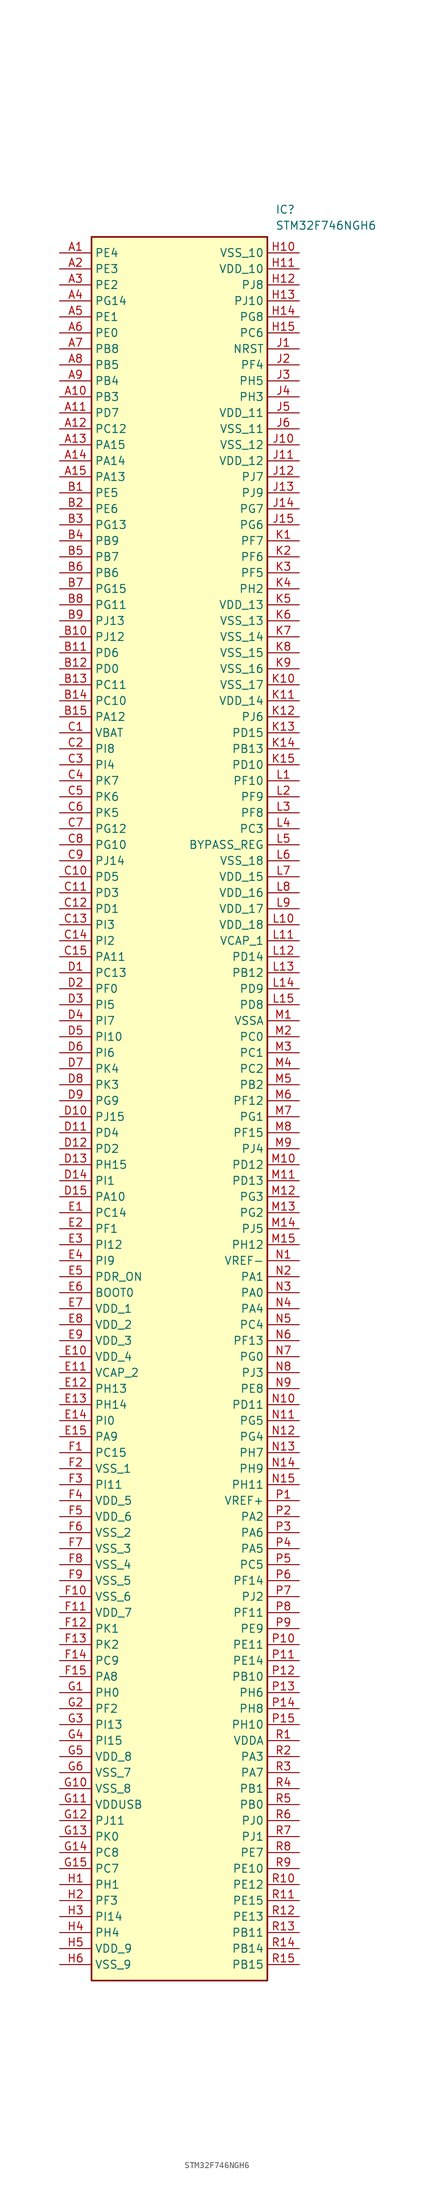
<source format=kicad_sym>
(kicad_symbol_lib
  (version 20241209)
  (generator "kicad_symbol_editor")
  (generator_version "9.0")
  (symbol "STM32F746NGH6"
    (property "Reference" "IC"
      (at 12.7 146.05 0)
      (effects (font (size 1.27 1.27)) (justify left top)))
    (property "Value" "STM32F746NGH6"
      (at 12.7 143.51 0)
      (effects (font (size 1.27 1.27)) (justify left top)))
    (symbol "STM32F746NGH6_1_1"
      (rectangle (start -16.51 140.97) (end 11.43 -135.89) (stroke (width 0.254) (type default)) (fill (type background)))
      (pin passive line (at -21.59 138.43 0) (length 5.08) (name "PE4" (effects (font (size 1.27 1.27)))) (number "A1" (effects (font (size 1.27 1.27)))))
      (pin passive line (at -21.59 135.89 0) (length 5.08) (name "PE3" (effects (font (size 1.27 1.27)))) (number "A2" (effects (font (size 1.27 1.27)))))
      (pin passive line (at -21.59 133.35 0) (length 5.08) (name "PE2" (effects (font (size 1.27 1.27)))) (number "A3" (effects (font (size 1.27 1.27)))))
      (pin passive line (at -21.59 130.81 0) (length 5.08) (name "PG14" (effects (font (size 1.27 1.27)))) (number "A4" (effects (font (size 1.27 1.27)))))
      (pin passive line (at -21.59 128.27 0) (length 5.08) (name "PE1" (effects (font (size 1.27 1.27)))) (number "A5" (effects (font (size 1.27 1.27)))))
      (pin passive line (at -21.59 125.73 0) (length 5.08) (name "PE0" (effects (font (size 1.27 1.27)))) (number "A6" (effects (font (size 1.27 1.27)))))
      (pin passive line (at -21.59 123.19 0) (length 5.08) (name "PB8" (effects (font (size 1.27 1.27)))) (number "A7" (effects (font (size 1.27 1.27)))))
      (pin passive line (at -21.59 120.65 0) (length 5.08) (name "PB5" (effects (font (size 1.27 1.27)))) (number "A8" (effects (font (size 1.27 1.27)))))
      (pin passive line (at -21.59 118.11 0) (length 5.08) (name "PB4" (effects (font (size 1.27 1.27)))) (number "A9" (effects (font (size 1.27 1.27)))))
      (pin passive line (at -21.59 115.57 0) (length 5.08) (name "PB3" (effects (font (size 1.27 1.27)))) (number "A10" (effects (font (size 1.27 1.27)))))
      (pin passive line (at -21.59 113.03 0) (length 5.08) (name "PD7" (effects (font (size 1.27 1.27)))) (number "A11" (effects (font (size 1.27 1.27)))))
      (pin passive line (at -21.59 110.49 0) (length 5.08) (name "PC12" (effects (font (size 1.27 1.27)))) (number "A12" (effects (font (size 1.27 1.27)))))
      (pin passive line (at -21.59 107.95 0) (length 5.08) (name "PA15" (effects (font (size 1.27 1.27)))) (number "A13" (effects (font (size 1.27 1.27)))))
      (pin passive line (at -21.59 105.41 0) (length 5.08) (name "PA14" (effects (font (size 1.27 1.27)))) (number "A14" (effects (font (size 1.27 1.27)))))
      (pin passive line (at -21.59 102.87 0) (length 5.08) (name "PA13" (effects (font (size 1.27 1.27)))) (number "A15" (effects (font (size 1.27 1.27)))))
      (pin passive line (at -21.59 100.33 0) (length 5.08) (name "PE5" (effects (font (size 1.27 1.27)))) (number "B1" (effects (font (size 1.27 1.27)))))
      (pin passive line (at -21.59 97.79 0) (length 5.08) (name "PE6" (effects (font (size 1.27 1.27)))) (number "B2" (effects (font (size 1.27 1.27)))))
      (pin passive line (at -21.59 95.25 0) (length 5.08) (name "PG13" (effects (font (size 1.27 1.27)))) (number "B3" (effects (font (size 1.27 1.27)))))
      (pin passive line (at -21.59 92.71 0) (length 5.08) (name "PB9" (effects (font (size 1.27 1.27)))) (number "B4" (effects (font (size 1.27 1.27)))))
      (pin passive line (at -21.59 90.17 0) (length 5.08) (name "PB7" (effects (font (size 1.27 1.27)))) (number "B5" (effects (font (size 1.27 1.27)))))
      (pin passive line (at -21.59 87.63 0) (length 5.08) (name "PB6" (effects (font (size 1.27 1.27)))) (number "B6" (effects (font (size 1.27 1.27)))))
      (pin passive line (at -21.59 85.09 0) (length 5.08) (name "PG15" (effects (font (size 1.27 1.27)))) (number "B7" (effects (font (size 1.27 1.27)))))
      (pin passive line (at -21.59 82.55 0) (length 5.08) (name "PG11" (effects (font (size 1.27 1.27)))) (number "B8" (effects (font (size 1.27 1.27)))))
      (pin passive line (at -21.59 80.01 0) (length 5.08) (name "PJ13" (effects (font (size 1.27 1.27)))) (number "B9" (effects (font (size 1.27 1.27)))))
      (pin passive line (at -21.59 77.47 0) (length 5.08) (name "PJ12" (effects (font (size 1.27 1.27)))) (number "B10" (effects (font (size 1.27 1.27)))))
      (pin passive line (at -21.59 74.93 0) (length 5.08) (name "PD6" (effects (font (size 1.27 1.27)))) (number "B11" (effects (font (size 1.27 1.27)))))
      (pin passive line (at -21.59 72.39 0) (length 5.08) (name "PD0" (effects (font (size 1.27 1.27)))) (number "B12" (effects (font (size 1.27 1.27)))))
      (pin passive line (at -21.59 69.85 0) (length 5.08) (name "PC11" (effects (font (size 1.27 1.27)))) (number "B13" (effects (font (size 1.27 1.27)))))
      (pin passive line (at -21.59 67.31 0) (length 5.08) (name "PC10" (effects (font (size 1.27 1.27)))) (number "B14" (effects (font (size 1.27 1.27)))))
      (pin passive line (at -21.59 64.77 0) (length 5.08) (name "PA12" (effects (font (size 1.27 1.27)))) (number "B15" (effects (font (size 1.27 1.27)))))
      (pin passive line (at -21.59 62.23 0) (length 5.08) (name "VBAT" (effects (font (size 1.27 1.27)))) (number "C1" (effects (font (size 1.27 1.27)))))
      (pin passive line (at -21.59 59.69 0) (length 5.08) (name "PI8" (effects (font (size 1.27 1.27)))) (number "C2" (effects (font (size 1.27 1.27)))))
      (pin passive line (at -21.59 57.15 0) (length 5.08) (name "PI4" (effects (font (size 1.27 1.27)))) (number "C3" (effects (font (size 1.27 1.27)))))
      (pin passive line (at -21.59 54.61 0) (length 5.08) (name "PK7" (effects (font (size 1.27 1.27)))) (number "C4" (effects (font (size 1.27 1.27)))))
      (pin passive line (at -21.59 52.07 0) (length 5.08) (name "PK6" (effects (font (size 1.27 1.27)))) (number "C5" (effects (font (size 1.27 1.27)))))
      (pin passive line (at -21.59 49.53 0) (length 5.08) (name "PK5" (effects (font (size 1.27 1.27)))) (number "C6" (effects (font (size 1.27 1.27)))))
      (pin passive line (at -21.59 46.99 0) (length 5.08) (name "PG12" (effects (font (size 1.27 1.27)))) (number "C7" (effects (font (size 1.27 1.27)))))
      (pin passive line (at -21.59 44.45 0) (length 5.08) (name "PG10" (effects (font (size 1.27 1.27)))) (number "C8" (effects (font (size 1.27 1.27)))))
      (pin passive line (at -21.59 41.91 0) (length 5.08) (name "PJ14" (effects (font (size 1.27 1.27)))) (number "C9" (effects (font (size 1.27 1.27)))))
      (pin passive line (at -21.59 39.37 0) (length 5.08) (name "PD5" (effects (font (size 1.27 1.27)))) (number "C10" (effects (font (size 1.27 1.27)))))
      (pin passive line (at -21.59 36.83 0) (length 5.08) (name "PD3" (effects (font (size 1.27 1.27)))) (number "C11" (effects (font (size 1.27 1.27)))))
      (pin passive line (at -21.59 34.29 0) (length 5.08) (name "PD1" (effects (font (size 1.27 1.27)))) (number "C12" (effects (font (size 1.27 1.27)))))
      (pin passive line (at -21.59 31.75 0) (length 5.08) (name "PI3" (effects (font (size 1.27 1.27)))) (number "C13" (effects (font (size 1.27 1.27)))))
      (pin passive line (at -21.59 29.21 0) (length 5.08) (name "PI2" (effects (font (size 1.27 1.27)))) (number "C14" (effects (font (size 1.27 1.27)))))
      (pin passive line (at -21.59 26.67 0) (length 5.08) (name "PA11" (effects (font (size 1.27 1.27)))) (number "C15" (effects (font (size 1.27 1.27)))))
      (pin passive line (at -21.59 24.13 0) (length 5.08) (name "PC13" (effects (font (size 1.27 1.27)))) (number "D1" (effects (font (size 1.27 1.27)))))
      (pin passive line (at -21.59 21.59 0) (length 5.08) (name "PF0" (effects (font (size 1.27 1.27)))) (number "D2" (effects (font (size 1.27 1.27)))))
      (pin passive line (at -21.59 19.05 0) (length 5.08) (name "PI5" (effects (font (size 1.27 1.27)))) (number "D3" (effects (font (size 1.27 1.27)))))
      (pin passive line (at -21.59 16.51 0) (length 5.08) (name "PI7" (effects (font (size 1.27 1.27)))) (number "D4" (effects (font (size 1.27 1.27)))))
      (pin passive line (at -21.59 13.97 0) (length 5.08) (name "PI10" (effects (font (size 1.27 1.27)))) (number "D5" (effects (font (size 1.27 1.27)))))
      (pin passive line (at -21.59 11.43 0) (length 5.08) (name "PI6" (effects (font (size 1.27 1.27)))) (number "D6" (effects (font (size 1.27 1.27)))))
      (pin passive line (at -21.59 8.89 0) (length 5.08) (name "PK4" (effects (font (size 1.27 1.27)))) (number "D7" (effects (font (size 1.27 1.27)))))
      (pin passive line (at -21.59 6.35 0) (length 5.08) (name "PK3" (effects (font (size 1.27 1.27)))) (number "D8" (effects (font (size 1.27 1.27)))))
      (pin passive line (at -21.59 3.81 0) (length 5.08) (name "PG9" (effects (font (size 1.27 1.27)))) (number "D9" (effects (font (size 1.27 1.27)))))
      (pin passive line (at -21.59 1.27 0) (length 5.08) (name "PJ15" (effects (font (size 1.27 1.27)))) (number "D10" (effects (font (size 1.27 1.27)))))
      (pin passive line (at -21.59 -1.27 0) (length 5.08) (name "PD4" (effects (font (size 1.27 1.27)))) (number "D11" (effects (font (size 1.27 1.27)))))
      (pin passive line (at -21.59 -3.81 0) (length 5.08) (name "PD2" (effects (font (size 1.27 1.27)))) (number "D12" (effects (font (size 1.27 1.27)))))
      (pin passive line (at -21.59 -6.35 0) (length 5.08) (name "PH15" (effects (font (size 1.27 1.27)))) (number "D13" (effects (font (size 1.27 1.27)))))
      (pin passive line (at -21.59 -8.89 0) (length 5.08) (name "PI1" (effects (font (size 1.27 1.27)))) (number "D14" (effects (font (size 1.27 1.27)))))
      (pin passive line (at -21.59 -11.43 0) (length 5.08) (name "PA10" (effects (font (size 1.27 1.27)))) (number "D15" (effects (font (size 1.27 1.27)))))
      (pin passive line (at -21.59 -13.97 0) (length 5.08) (name "PC14" (effects (font (size 1.27 1.27)))) (number "E1" (effects (font (size 1.27 1.27)))))
      (pin passive line (at -21.59 -16.51 0) (length 5.08) (name "PF1" (effects (font (size 1.27 1.27)))) (number "E2" (effects (font (size 1.27 1.27)))))
      (pin passive line (at -21.59 -19.05 0) (length 5.08) (name "PI12" (effects (font (size 1.27 1.27)))) (number "E3" (effects (font (size 1.27 1.27)))))
      (pin passive line (at -21.59 -21.59 0) (length 5.08) (name "PI9" (effects (font (size 1.27 1.27)))) (number "E4" (effects (font (size 1.27 1.27)))))
      (pin passive line (at -21.59 -24.13 0) (length 5.08) (name "PDR_ON" (effects (font (size 1.27 1.27)))) (number "E5" (effects (font (size 1.27 1.27)))))
      (pin passive line (at -21.59 -26.67 0) (length 5.08) (name "BOOT0" (effects (font (size 1.27 1.27)))) (number "E6" (effects (font (size 1.27 1.27)))))
      (pin passive line (at -21.59 -29.21 0) (length 5.08) (name "VDD_1" (effects (font (size 1.27 1.27)))) (number "E7" (effects (font (size 1.27 1.27)))))
      (pin passive line (at -21.59 -31.75 0) (length 5.08) (name "VDD_2" (effects (font (size 1.27 1.27)))) (number "E8" (effects (font (size 1.27 1.27)))))
      (pin passive line (at -21.59 -34.29 0) (length 5.08) (name "VDD_3" (effects (font (size 1.27 1.27)))) (number "E9" (effects (font (size 1.27 1.27)))))
      (pin passive line (at -21.59 -36.83 0) (length 5.08) (name "VDD_4" (effects (font (size 1.27 1.27)))) (number "E10" (effects (font (size 1.27 1.27)))))
      (pin passive line (at -21.59 -39.37 0) (length 5.08) (name "VCAP_2" (effects (font (size 1.27 1.27)))) (number "E11" (effects (font (size 1.27 1.27)))))
      (pin passive line (at -21.59 -41.91 0) (length 5.08) (name "PH13" (effects (font (size 1.27 1.27)))) (number "E12" (effects (font (size 1.27 1.27)))))
      (pin passive line (at -21.59 -44.45 0) (length 5.08) (name "PH14" (effects (font (size 1.27 1.27)))) (number "E13" (effects (font (size 1.27 1.27)))))
      (pin passive line (at -21.59 -46.99 0) (length 5.08) (name "PI0" (effects (font (size 1.27 1.27)))) (number "E14" (effects (font (size 1.27 1.27)))))
      (pin passive line (at -21.59 -49.53 0) (length 5.08) (name "PA9" (effects (font (size 1.27 1.27)))) (number "E15" (effects (font (size 1.27 1.27)))))
      (pin passive line (at -21.59 -52.07 0) (length 5.08) (name "PC15" (effects (font (size 1.27 1.27)))) (number "F1" (effects (font (size 1.27 1.27)))))
      (pin passive line (at -21.59 -54.61 0) (length 5.08) (name "VSS_1" (effects (font (size 1.27 1.27)))) (number "F2" (effects (font (size 1.27 1.27)))))
      (pin passive line (at -21.59 -57.15 0) (length 5.08) (name "PI11" (effects (font (size 1.27 1.27)))) (number "F3" (effects (font (size 1.27 1.27)))))
      (pin passive line (at -21.59 -59.69 0) (length 5.08) (name "VDD_5" (effects (font (size 1.27 1.27)))) (number "F4" (effects (font (size 1.27 1.27)))))
      (pin passive line (at -21.59 -62.23 0) (length 5.08) (name "VDD_6" (effects (font (size 1.27 1.27)))) (number "F5" (effects (font (size 1.27 1.27)))))
      (pin passive line (at -21.59 -64.77 0) (length 5.08) (name "VSS_2" (effects (font (size 1.27 1.27)))) (number "F6" (effects (font (size 1.27 1.27)))))
      (pin passive line (at -21.59 -67.31 0) (length 5.08) (name "VSS_3" (effects (font (size 1.27 1.27)))) (number "F7" (effects (font (size 1.27 1.27)))))
      (pin passive line (at -21.59 -69.85 0) (length 5.08) (name "VSS_4" (effects (font (size 1.27 1.27)))) (number "F8" (effects (font (size 1.27 1.27)))))
      (pin passive line (at -21.59 -72.39 0) (length 5.08) (name "VSS_5" (effects (font (size 1.27 1.27)))) (number "F9" (effects (font (size 1.27 1.27)))))
      (pin passive line (at -21.59 -74.93 0) (length 5.08) (name "VSS_6" (effects (font (size 1.27 1.27)))) (number "F10" (effects (font (size 1.27 1.27)))))
      (pin passive line (at -21.59 -77.47 0) (length 5.08) (name "VDD_7" (effects (font (size 1.27 1.27)))) (number "F11" (effects (font (size 1.27 1.27)))))
      (pin passive line (at -21.59 -80.01 0) (length 5.08) (name "PK1" (effects (font (size 1.27 1.27)))) (number "F12" (effects (font (size 1.27 1.27)))))
      (pin passive line (at -21.59 -82.55 0) (length 5.08) (name "PK2" (effects (font (size 1.27 1.27)))) (number "F13" (effects (font (size 1.27 1.27)))))
      (pin passive line (at -21.59 -85.09 0) (length 5.08) (name "PC9" (effects (font (size 1.27 1.27)))) (number "F14" (effects (font (size 1.27 1.27)))))
      (pin passive line (at -21.59 -87.63 0) (length 5.08) (name "PA8" (effects (font (size 1.27 1.27)))) (number "F15" (effects (font (size 1.27 1.27)))))
      (pin passive line (at -21.59 -90.17 0) (length 5.08) (name "PH0" (effects (font (size 1.27 1.27)))) (number "G1" (effects (font (size 1.27 1.27)))))
      (pin passive line (at -21.59 -92.71 0) (length 5.08) (name "PF2" (effects (font (size 1.27 1.27)))) (number "G2" (effects (font (size 1.27 1.27)))))
      (pin passive line (at -21.59 -95.25 0) (length 5.08) (name "PI13" (effects (font (size 1.27 1.27)))) (number "G3" (effects (font (size 1.27 1.27)))))
      (pin passive line (at -21.59 -97.79 0) (length 5.08) (name "PI15" (effects (font (size 1.27 1.27)))) (number "G4" (effects (font (size 1.27 1.27)))))
      (pin passive line (at -21.59 -100.33 0) (length 5.08) (name "VDD_8" (effects (font (size 1.27 1.27)))) (number "G5" (effects (font (size 1.27 1.27)))))
      (pin passive line (at -21.59 -102.87 0) (length 5.08) (name "VSS_7" (effects (font (size 1.27 1.27)))) (number "G6" (effects (font (size 1.27 1.27)))))
      (pin passive line (at -21.59 -105.41 0) (length 5.08) (name "VSS_8" (effects (font (size 1.27 1.27)))) (number "G10" (effects (font (size 1.27 1.27)))))
      (pin passive line (at -21.59 -107.95 0) (length 5.08) (name "VDDUSB" (effects (font (size 1.27 1.27)))) (number "G11" (effects (font (size 1.27 1.27)))))
      (pin passive line (at -21.59 -110.49 0) (length 5.08) (name "PJ11" (effects (font (size 1.27 1.27)))) (number "G12" (effects (font (size 1.27 1.27)))))
      (pin passive line (at -21.59 -113.03 0) (length 5.08) (name "PK0" (effects (font (size 1.27 1.27)))) (number "G13" (effects (font (size 1.27 1.27)))))
      (pin passive line (at -21.59 -115.57 0) (length 5.08) (name "PC8" (effects (font (size 1.27 1.27)))) (number "G14" (effects (font (size 1.27 1.27)))))
      (pin passive line (at -21.59 -118.11 0) (length 5.08) (name "PC7" (effects (font (size 1.27 1.27)))) (number "G15" (effects (font (size 1.27 1.27)))))
      (pin passive line (at -21.59 -120.65 0) (length 5.08) (name "PH1" (effects (font (size 1.27 1.27)))) (number "H1" (effects (font (size 1.27 1.27)))))
      (pin passive line (at -21.59 -123.19 0) (length 5.08) (name "PF3" (effects (font (size 1.27 1.27)))) (number "H2" (effects (font (size 1.27 1.27)))))
      (pin passive line (at -21.59 -125.73 0) (length 5.08) (name "PI14" (effects (font (size 1.27 1.27)))) (number "H3" (effects (font (size 1.27 1.27)))))
      (pin passive line (at -21.59 -128.27 0) (length 5.08) (name "PH4" (effects (font (size 1.27 1.27)))) (number "H4" (effects (font (size 1.27 1.27)))))
      (pin passive line (at -21.59 -130.81 0) (length 5.08) (name "VDD_9" (effects (font (size 1.27 1.27)))) (number "H5" (effects (font (size 1.27 1.27)))))
      (pin passive line (at -21.59 -133.35 0) (length 5.08) (name "VSS_9" (effects (font (size 1.27 1.27)))) (number "H6" (effects (font (size 1.27 1.27)))))
      (pin passive line (at 16.51 138.43 180) (length 5.08) (name "VSS_10" (effects (font (size 1.27 1.27)))) (number "H10" (effects (font (size 1.27 1.27)))))
      (pin passive line (at 16.51 135.89 180) (length 5.08) (name "VDD_10" (effects (font (size 1.27 1.27)))) (number "H11" (effects (font (size 1.27 1.27)))))
      (pin passive line (at 16.51 133.35 180) (length 5.08) (name "PJ8" (effects (font (size 1.27 1.27)))) (number "H12" (effects (font (size 1.27 1.27)))))
      (pin passive line (at 16.51 130.81 180) (length 5.08) (name "PJ10" (effects (font (size 1.27 1.27)))) (number "H13" (effects (font (size 1.27 1.27)))))
      (pin passive line (at 16.51 128.27 180) (length 5.08) (name "PG8" (effects (font (size 1.27 1.27)))) (number "H14" (effects (font (size 1.27 1.27)))))
      (pin passive line (at 16.51 125.73 180) (length 5.08) (name "PC6" (effects (font (size 1.27 1.27)))) (number "H15" (effects (font (size 1.27 1.27)))))
      (pin passive line (at 16.51 123.19 180) (length 5.08) (name "NRST" (effects (font (size 1.27 1.27)))) (number "J1" (effects (font (size 1.27 1.27)))))
      (pin passive line (at 16.51 120.65 180) (length 5.08) (name "PF4" (effects (font (size 1.27 1.27)))) (number "J2" (effects (font (size 1.27 1.27)))))
      (pin passive line (at 16.51 118.11 180) (length 5.08) (name "PH5" (effects (font (size 1.27 1.27)))) (number "J3" (effects (font (size 1.27 1.27)))))
      (pin passive line (at 16.51 115.57 180) (length 5.08) (name "PH3" (effects (font (size 1.27 1.27)))) (number "J4" (effects (font (size 1.27 1.27)))))
      (pin passive line (at 16.51 113.03 180) (length 5.08) (name "VDD_11" (effects (font (size 1.27 1.27)))) (number "J5" (effects (font (size 1.27 1.27)))))
      (pin passive line (at 16.51 110.49 180) (length 5.08) (name "VSS_11" (effects (font (size 1.27 1.27)))) (number "J6" (effects (font (size 1.27 1.27)))))
      (pin passive line (at 16.51 107.95 180) (length 5.08) (name "VSS_12" (effects (font (size 1.27 1.27)))) (number "J10" (effects (font (size 1.27 1.27)))))
      (pin passive line (at 16.51 105.41 180) (length 5.08) (name "VDD_12" (effects (font (size 1.27 1.27)))) (number "J11" (effects (font (size 1.27 1.27)))))
      (pin passive line (at 16.51 102.87 180) (length 5.08) (name "PJ7" (effects (font (size 1.27 1.27)))) (number "J12" (effects (font (size 1.27 1.27)))))
      (pin passive line (at 16.51 100.33 180) (length 5.08) (name "PJ9" (effects (font (size 1.27 1.27)))) (number "J13" (effects (font (size 1.27 1.27)))))
      (pin passive line (at 16.51 97.79 180) (length 5.08) (name "PG7" (effects (font (size 1.27 1.27)))) (number "J14" (effects (font (size 1.27 1.27)))))
      (pin passive line (at 16.51 95.25 180) (length 5.08) (name "PG6" (effects (font (size 1.27 1.27)))) (number "J15" (effects (font (size 1.27 1.27)))))
      (pin passive line (at 16.51 92.71 180) (length 5.08) (name "PF7" (effects (font (size 1.27 1.27)))) (number "K1" (effects (font (size 1.27 1.27)))))
      (pin passive line (at 16.51 90.17 180) (length 5.08) (name "PF6" (effects (font (size 1.27 1.27)))) (number "K2" (effects (font (size 1.27 1.27)))))
      (pin passive line (at 16.51 87.63 180) (length 5.08) (name "PF5" (effects (font (size 1.27 1.27)))) (number "K3" (effects (font (size 1.27 1.27)))))
      (pin passive line (at 16.51 85.09 180) (length 5.08) (name "PH2" (effects (font (size 1.27 1.27)))) (number "K4" (effects (font (size 1.27 1.27)))))
      (pin passive line (at 16.51 82.55 180) (length 5.08) (name "VDD_13" (effects (font (size 1.27 1.27)))) (number "K5" (effects (font (size 1.27 1.27)))))
      (pin passive line (at 16.51 80.01 180) (length 5.08) (name "VSS_13" (effects (font (size 1.27 1.27)))) (number "K6" (effects (font (size 1.27 1.27)))))
      (pin passive line (at 16.51 77.47 180) (length 5.08) (name "VSS_14" (effects (font (size 1.27 1.27)))) (number "K7" (effects (font (size 1.27 1.27)))))
      (pin passive line (at 16.51 74.93 180) (length 5.08) (name "VSS_15" (effects (font (size 1.27 1.27)))) (number "K8" (effects (font (size 1.27 1.27)))))
      (pin passive line (at 16.51 72.39 180) (length 5.08) (name "VSS_16" (effects (font (size 1.27 1.27)))) (number "K9" (effects (font (size 1.27 1.27)))))
      (pin passive line (at 16.51 69.85 180) (length 5.08) (name "VSS_17" (effects (font (size 1.27 1.27)))) (number "K10" (effects (font (size 1.27 1.27)))))
      (pin passive line (at 16.51 67.31 180) (length 5.08) (name "VDD_14" (effects (font (size 1.27 1.27)))) (number "K11" (effects (font (size 1.27 1.27)))))
      (pin passive line (at 16.51 64.77 180) (length 5.08) (name "PJ6" (effects (font (size 1.27 1.27)))) (number "K12" (effects (font (size 1.27 1.27)))))
      (pin passive line (at 16.51 62.23 180) (length 5.08) (name "PD15" (effects (font (size 1.27 1.27)))) (number "K13" (effects (font (size 1.27 1.27)))))
      (pin passive line (at 16.51 59.69 180) (length 5.08) (name "PB13" (effects (font (size 1.27 1.27)))) (number "K14" (effects (font (size 1.27 1.27)))))
      (pin passive line (at 16.51 57.15 180) (length 5.08) (name "PD10" (effects (font (size 1.27 1.27)))) (number "K15" (effects (font (size 1.27 1.27)))))
      (pin passive line (at 16.51 54.61 180) (length 5.08) (name "PF10" (effects (font (size 1.27 1.27)))) (number "L1" (effects (font (size 1.27 1.27)))))
      (pin passive line (at 16.51 52.07 180) (length 5.08) (name "PF9" (effects (font (size 1.27 1.27)))) (number "L2" (effects (font (size 1.27 1.27)))))
      (pin passive line (at 16.51 49.53 180) (length 5.08) (name "PF8" (effects (font (size 1.27 1.27)))) (number "L3" (effects (font (size 1.27 1.27)))))
      (pin passive line (at 16.51 46.99 180) (length 5.08) (name "PC3" (effects (font (size 1.27 1.27)))) (number "L4" (effects (font (size 1.27 1.27)))))
      (pin passive line (at 16.51 44.45 180) (length 5.08) (name "BYPASS_REG" (effects (font (size 1.27 1.27)))) (number "L5" (effects (font (size 1.27 1.27)))))
      (pin passive line (at 16.51 41.91 180) (length 5.08) (name "VSS_18" (effects (font (size 1.27 1.27)))) (number "L6" (effects (font (size 1.27 1.27)))))
      (pin passive line (at 16.51 39.37 180) (length 5.08) (name "VDD_15" (effects (font (size 1.27 1.27)))) (number "L7" (effects (font (size 1.27 1.27)))))
      (pin passive line (at 16.51 36.83 180) (length 5.08) (name "VDD_16" (effects (font (size 1.27 1.27)))) (number "L8" (effects (font (size 1.27 1.27)))))
      (pin passive line (at 16.51 34.29 180) (length 5.08) (name "VDD_17" (effects (font (size 1.27 1.27)))) (number "L9" (effects (font (size 1.27 1.27)))))
      (pin passive line (at 16.51 31.75 180) (length 5.08) (name "VDD_18" (effects (font (size 1.27 1.27)))) (number "L10" (effects (font (size 1.27 1.27)))))
      (pin passive line (at 16.51 29.21 180) (length 5.08) (name "VCAP_1" (effects (font (size 1.27 1.27)))) (number "L11" (effects (font (size 1.27 1.27)))))
      (pin passive line (at 16.51 26.67 180) (length 5.08) (name "PD14" (effects (font (size 1.27 1.27)))) (number "L12" (effects (font (size 1.27 1.27)))))
      (pin passive line (at 16.51 24.13 180) (length 5.08) (name "PB12" (effects (font (size 1.27 1.27)))) (number "L13" (effects (font (size 1.27 1.27)))))
      (pin passive line (at 16.51 21.59 180) (length 5.08) (name "PD9" (effects (font (size 1.27 1.27)))) (number "L14" (effects (font (size 1.27 1.27)))))
      (pin passive line (at 16.51 19.05 180) (length 5.08) (name "PD8" (effects (font (size 1.27 1.27)))) (number "L15" (effects (font (size 1.27 1.27)))))
      (pin passive line (at 16.51 16.51 180) (length 5.08) (name "VSSA" (effects (font (size 1.27 1.27)))) (number "M1" (effects (font (size 1.27 1.27)))))
      (pin passive line (at 16.51 13.97 180) (length 5.08) (name "PC0" (effects (font (size 1.27 1.27)))) (number "M2" (effects (font (size 1.27 1.27)))))
      (pin passive line (at 16.51 11.43 180) (length 5.08) (name "PC1" (effects (font (size 1.27 1.27)))) (number "M3" (effects (font (size 1.27 1.27)))))
      (pin passive line (at 16.51 8.89 180) (length 5.08) (name "PC2" (effects (font (size 1.27 1.27)))) (number "M4" (effects (font (size 1.27 1.27)))))
      (pin passive line (at 16.51 6.35 180) (length 5.08) (name "PB2" (effects (font (size 1.27 1.27)))) (number "M5" (effects (font (size 1.27 1.27)))))
      (pin passive line (at 16.51 3.81 180) (length 5.08) (name "PF12" (effects (font (size 1.27 1.27)))) (number "M6" (effects (font (size 1.27 1.27)))))
      (pin passive line (at 16.51 1.27 180) (length 5.08) (name "PG1" (effects (font (size 1.27 1.27)))) (number "M7" (effects (font (size 1.27 1.27)))))
      (pin passive line (at 16.51 -1.27 180) (length 5.08) (name "PF15" (effects (font (size 1.27 1.27)))) (number "M8" (effects (font (size 1.27 1.27)))))
      (pin passive line (at 16.51 -3.81 180) (length 5.08) (name "PJ4" (effects (font (size 1.27 1.27)))) (number "M9" (effects (font (size 1.27 1.27)))))
      (pin passive line (at 16.51 -6.35 180) (length 5.08) (name "PD12" (effects (font (size 1.27 1.27)))) (number "M10" (effects (font (size 1.27 1.27)))))
      (pin passive line (at 16.51 -8.89 180) (length 5.08) (name "PD13" (effects (font (size 1.27 1.27)))) (number "M11" (effects (font (size 1.27 1.27)))))
      (pin passive line (at 16.51 -11.43 180) (length 5.08) (name "PG3" (effects (font (size 1.27 1.27)))) (number "M12" (effects (font (size 1.27 1.27)))))
      (pin passive line (at 16.51 -13.97 180) (length 5.08) (name "PG2" (effects (font (size 1.27 1.27)))) (number "M13" (effects (font (size 1.27 1.27)))))
      (pin passive line (at 16.51 -16.51 180) (length 5.08) (name "PJ5" (effects (font (size 1.27 1.27)))) (number "M14" (effects (font (size 1.27 1.27)))))
      (pin passive line (at 16.51 -19.05 180) (length 5.08) (name "PH12" (effects (font (size 1.27 1.27)))) (number "M15" (effects (font (size 1.27 1.27)))))
      (pin passive line (at 16.51 -21.59 180) (length 5.08) (name "VREF-" (effects (font (size 1.27 1.27)))) (number "N1" (effects (font (size 1.27 1.27)))))
      (pin passive line (at 16.51 -24.13 180) (length 5.08) (name "PA1" (effects (font (size 1.27 1.27)))) (number "N2" (effects (font (size 1.27 1.27)))))
      (pin passive line (at 16.51 -26.67 180) (length 5.08) (name "PA0" (effects (font (size 1.27 1.27)))) (number "N3" (effects (font (size 1.27 1.27)))))
      (pin passive line (at 16.51 -29.21 180) (length 5.08) (name "PA4" (effects (font (size 1.27 1.27)))) (number "N4" (effects (font (size 1.27 1.27)))))
      (pin passive line (at 16.51 -31.75 180) (length 5.08) (name "PC4" (effects (font (size 1.27 1.27)))) (number "N5" (effects (font (size 1.27 1.27)))))
      (pin passive line (at 16.51 -34.29 180) (length 5.08) (name "PF13" (effects (font (size 1.27 1.27)))) (number "N6" (effects (font (size 1.27 1.27)))))
      (pin passive line (at 16.51 -36.83 180) (length 5.08) (name "PG0" (effects (font (size 1.27 1.27)))) (number "N7" (effects (font (size 1.27 1.27)))))
      (pin passive line (at 16.51 -39.37 180) (length 5.08) (name "PJ3" (effects (font (size 1.27 1.27)))) (number "N8" (effects (font (size 1.27 1.27)))))
      (pin passive line (at 16.51 -41.91 180) (length 5.08) (name "PE8" (effects (font (size 1.27 1.27)))) (number "N9" (effects (font (size 1.27 1.27)))))
      (pin passive line (at 16.51 -44.45 180) (length 5.08) (name "PD11" (effects (font (size 1.27 1.27)))) (number "N10" (effects (font (size 1.27 1.27)))))
      (pin passive line (at 16.51 -46.99 180) (length 5.08) (name "PG5" (effects (font (size 1.27 1.27)))) (number "N11" (effects (font (size 1.27 1.27)))))
      (pin passive line (at 16.51 -49.53 180) (length 5.08) (name "PG4" (effects (font (size 1.27 1.27)))) (number "N12" (effects (font (size 1.27 1.27)))))
      (pin passive line (at 16.51 -52.07 180) (length 5.08) (name "PH7" (effects (font (size 1.27 1.27)))) (number "N13" (effects (font (size 1.27 1.27)))))
      (pin passive line (at 16.51 -54.61 180) (length 5.08) (name "PH9" (effects (font (size 1.27 1.27)))) (number "N14" (effects (font (size 1.27 1.27)))))
      (pin passive line (at 16.51 -57.15 180) (length 5.08) (name "PH11" (effects (font (size 1.27 1.27)))) (number "N15" (effects (font (size 1.27 1.27)))))
      (pin passive line (at 16.51 -59.69 180) (length 5.08) (name "VREF+" (effects (font (size 1.27 1.27)))) (number "P1" (effects (font (size 1.27 1.27)))))
      (pin passive line (at 16.51 -62.23 180) (length 5.08) (name "PA2" (effects (font (size 1.27 1.27)))) (number "P2" (effects (font (size 1.27 1.27)))))
      (pin passive line (at 16.51 -64.77 180) (length 5.08) (name "PA6" (effects (font (size 1.27 1.27)))) (number "P3" (effects (font (size 1.27 1.27)))))
      (pin passive line (at 16.51 -67.31 180) (length 5.08) (name "PA5" (effects (font (size 1.27 1.27)))) (number "P4" (effects (font (size 1.27 1.27)))))
      (pin passive line (at 16.51 -69.85 180) (length 5.08) (name "PC5" (effects (font (size 1.27 1.27)))) (number "P5" (effects (font (size 1.27 1.27)))))
      (pin passive line (at 16.51 -72.39 180) (length 5.08) (name "PF14" (effects (font (size 1.27 1.27)))) (number "P6" (effects (font (size 1.27 1.27)))))
      (pin passive line (at 16.51 -74.93 180) (length 5.08) (name "PJ2" (effects (font (size 1.27 1.27)))) (number "P7" (effects (font (size 1.27 1.27)))))
      (pin passive line (at 16.51 -77.47 180) (length 5.08) (name "PF11" (effects (font (size 1.27 1.27)))) (number "P8" (effects (font (size 1.27 1.27)))))
      (pin passive line (at 16.51 -80.01 180) (length 5.08) (name "PE9" (effects (font (size 1.27 1.27)))) (number "P9" (effects (font (size 1.27 1.27)))))
      (pin passive line (at 16.51 -82.55 180) (length 5.08) (name "PE11" (effects (font (size 1.27 1.27)))) (number "P10" (effects (font (size 1.27 1.27)))))
      (pin passive line (at 16.51 -85.09 180) (length 5.08) (name "PE14" (effects (font (size 1.27 1.27)))) (number "P11" (effects (font (size 1.27 1.27)))))
      (pin passive line (at 16.51 -87.63 180) (length 5.08) (name "PB10" (effects (font (size 1.27 1.27)))) (number "P12" (effects (font (size 1.27 1.27)))))
      (pin passive line (at 16.51 -90.17 180) (length 5.08) (name "PH6" (effects (font (size 1.27 1.27)))) (number "P13" (effects (font (size 1.27 1.27)))))
      (pin passive line (at 16.51 -92.71 180) (length 5.08) (name "PH8" (effects (font (size 1.27 1.27)))) (number "P14" (effects (font (size 1.27 1.27)))))
      (pin passive line (at 16.51 -95.25 180) (length 5.08) (name "PH10" (effects (font (size 1.27 1.27)))) (number "P15" (effects (font (size 1.27 1.27)))))
      (pin passive line (at 16.51 -97.79 180) (length 5.08) (name "VDDA" (effects (font (size 1.27 1.27)))) (number "R1" (effects (font (size 1.27 1.27)))))
      (pin passive line (at 16.51 -100.33 180) (length 5.08) (name "PA3" (effects (font (size 1.27 1.27)))) (number "R2" (effects (font (size 1.27 1.27)))))
      (pin passive line (at 16.51 -102.87 180) (length 5.08) (name "PA7" (effects (font (size 1.27 1.27)))) (number "R3" (effects (font (size 1.27 1.27)))))
      (pin passive line (at 16.51 -105.41 180) (length 5.08) (name "PB1" (effects (font (size 1.27 1.27)))) (number "R4" (effects (font (size 1.27 1.27)))))
      (pin passive line (at 16.51 -107.95 180) (length 5.08) (name "PB0" (effects (font (size 1.27 1.27)))) (number "R5" (effects (font (size 1.27 1.27)))))
      (pin passive line (at 16.51 -110.49 180) (length 5.08) (name "PJ0" (effects (font (size 1.27 1.27)))) (number "R6" (effects (font (size 1.27 1.27)))))
      (pin passive line (at 16.51 -113.03 180) (length 5.08) (name "PJ1" (effects (font (size 1.27 1.27)))) (number "R7" (effects (font (size 1.27 1.27)))))
      (pin passive line (at 16.51 -115.57 180) (length 5.08) (name "PE7" (effects (font (size 1.27 1.27)))) (number "R8" (effects (font (size 1.27 1.27)))))
      (pin passive line (at 16.51 -118.11 180) (length 5.08) (name "PE10" (effects (font (size 1.27 1.27)))) (number "R9" (effects (font (size 1.27 1.27)))))
      (pin passive line (at 16.51 -120.65 180) (length 5.08) (name "PE12" (effects (font (size 1.27 1.27)))) (number "R10" (effects (font (size 1.27 1.27)))))
      (pin passive line (at 16.51 -123.19 180) (length 5.08) (name "PE15" (effects (font (size 1.27 1.27)))) (number "R11" (effects (font (size 1.27 1.27)))))
      (pin passive line (at 16.51 -125.73 180) (length 5.08) (name "PE13" (effects (font (size 1.27 1.27)))) (number "R12" (effects (font (size 1.27 1.27)))))
      (pin passive line (at 16.51 -128.27 180) (length 5.08) (name "PB11" (effects (font (size 1.27 1.27)))) (number "R13" (effects (font (size 1.27 1.27)))))
      (pin passive line (at 16.51 -130.81 180) (length 5.08) (name "PB14" (effects (font (size 1.27 1.27)))) (number "R14" (effects (font (size 1.27 1.27)))))
      (pin passive line (at 16.51 -133.35 180) (length 5.08) (name "PB15" (effects (font (size 1.27 1.27)))) (number "R15" (effects (font (size 1.27 1.27))))))))
</source>
